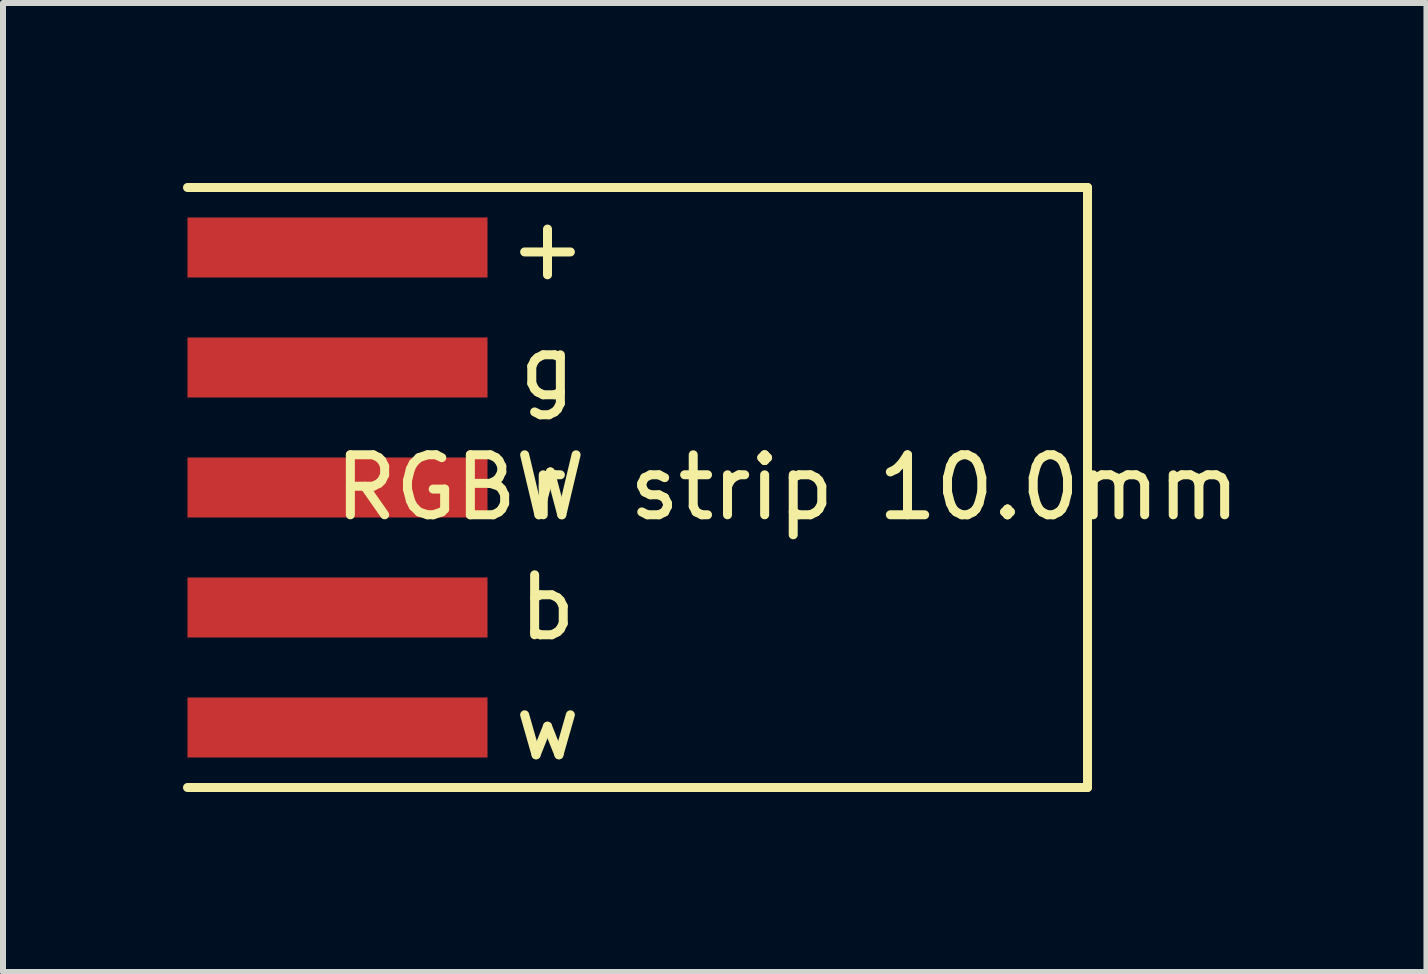
<source format=kicad_pcb>
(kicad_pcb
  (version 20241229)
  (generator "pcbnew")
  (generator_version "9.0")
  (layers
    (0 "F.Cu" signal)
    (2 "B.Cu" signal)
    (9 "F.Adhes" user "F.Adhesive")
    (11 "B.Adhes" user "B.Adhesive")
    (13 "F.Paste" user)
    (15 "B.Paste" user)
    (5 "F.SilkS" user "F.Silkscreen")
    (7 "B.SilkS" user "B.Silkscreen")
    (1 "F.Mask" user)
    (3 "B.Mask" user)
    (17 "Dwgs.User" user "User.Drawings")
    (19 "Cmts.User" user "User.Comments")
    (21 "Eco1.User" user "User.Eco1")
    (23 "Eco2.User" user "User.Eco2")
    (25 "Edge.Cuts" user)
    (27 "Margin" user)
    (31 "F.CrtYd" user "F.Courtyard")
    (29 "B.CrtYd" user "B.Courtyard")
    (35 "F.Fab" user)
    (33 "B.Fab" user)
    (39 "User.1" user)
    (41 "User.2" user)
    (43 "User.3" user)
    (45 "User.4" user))
  (footprint "RGBW strip 10.0mm"
    (layer "F.Cu")
    (at 5.075 5.075)
    (property "Reference" "RGBW strip 10.0mm" (at 5 0 0) (layer "F.SilkS") (effects (font (size 1 1) (thickness 0.15))))
    (attr through_hole)
    (fp_line (start -5 -5) (end 10 -5) (stroke (width 0.15) (type solid)) (layer "F.SilkS"))
    (fp_line (start 10 -5) (end 10 5) (stroke (width 0.15) (type solid)) (layer "F.SilkS"))
    (fp_line (start 10 5) (end -5 5) (stroke (width 0.15) (type solid)) (layer "F.SilkS"))
    (fp_text user "w" (at 1 4 0) (layer "F.SilkS") (effects (font (size 1 1) (thickness 0.15))))
    (fp_text user "b" (at 1 2 0) (layer "F.SilkS") (effects (font (size 1 1) (thickness 0.15))))
    (fp_text user "r" (at 1 0 0) (layer "F.SilkS") (effects (font (size 1 1) (thickness 0.15))))
    (fp_text user "+" (at 1 -4 0) (layer "F.SilkS") (effects (font (size 1 1) (thickness 0.15))))
    (fp_text user "g" (at 1 -2 0) (layer "F.SilkS") (effects (font (size 1 1) (thickness 0.15))))
    (pad "1" smd rect (at -2.5 -4) (size 5 1) (layers "F.Cu" "F.Mask" "F.Paste"))
    (pad "2" smd rect (at -2.5 -2) (size 5 1) (layers "F.Cu" "F.Mask" "F.Paste"))
    (pad "3" smd rect (at -2.5 0) (size 5 1) (layers "F.Cu" "F.Mask" "F.Paste"))
    (pad "4" smd rect (at -2.5 2) (size 5 1) (layers "F.Cu" "F.Mask" "F.Paste"))
    (pad "5" smd rect (at -2.5 4) (size 5 1) (layers "F.Cu" "F.Mask" "F.Paste")))
  (gr_rect
    (start -3 -3)
    (end 20.724 13.15)
    (stroke (width 0.1) (type default))
    (fill no)
    (layer "Edge.Cuts")))
</source>
